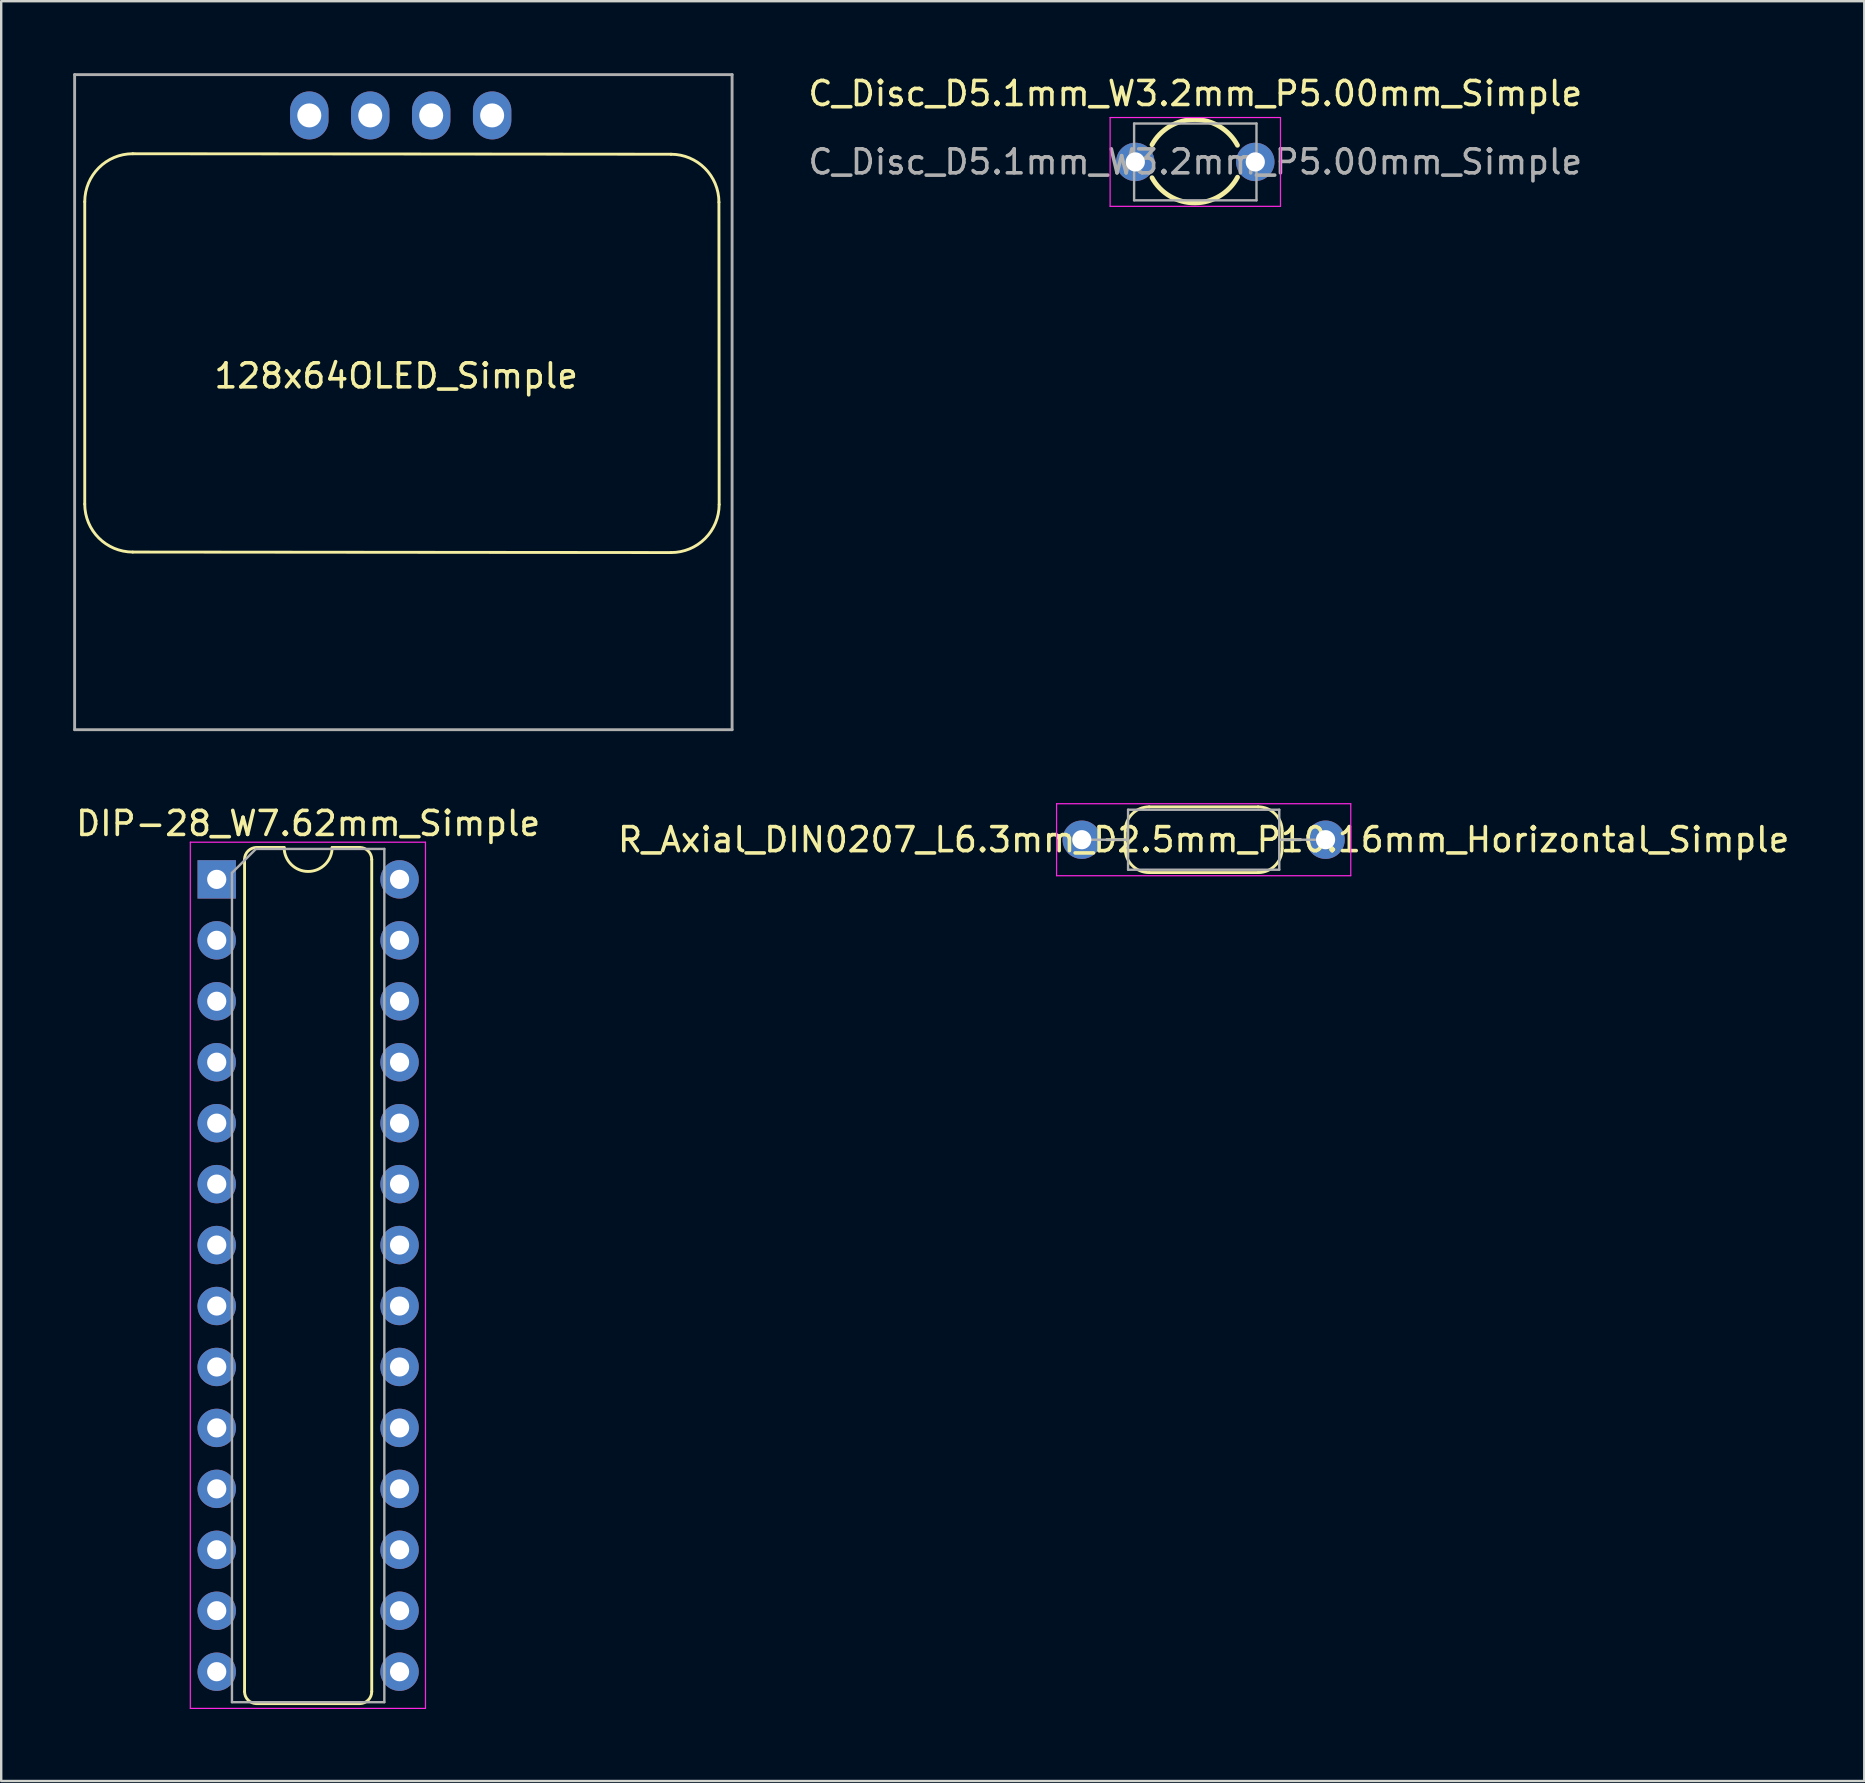
<source format=kicad_pcb>
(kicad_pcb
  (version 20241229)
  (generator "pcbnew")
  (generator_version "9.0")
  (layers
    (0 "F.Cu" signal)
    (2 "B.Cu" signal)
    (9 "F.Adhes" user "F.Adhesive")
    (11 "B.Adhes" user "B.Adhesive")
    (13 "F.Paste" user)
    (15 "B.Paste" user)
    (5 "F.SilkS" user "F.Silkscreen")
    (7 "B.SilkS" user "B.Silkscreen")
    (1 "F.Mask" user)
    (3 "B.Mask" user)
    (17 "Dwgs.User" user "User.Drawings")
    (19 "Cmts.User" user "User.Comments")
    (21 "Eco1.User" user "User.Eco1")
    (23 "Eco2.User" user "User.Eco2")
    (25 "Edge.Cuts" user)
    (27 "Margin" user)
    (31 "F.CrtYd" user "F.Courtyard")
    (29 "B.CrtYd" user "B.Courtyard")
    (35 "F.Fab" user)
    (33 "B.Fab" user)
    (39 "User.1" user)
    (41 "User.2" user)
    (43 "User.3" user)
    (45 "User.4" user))
  (footprint "DIP-28_W7.62mm_Simple"
    (layer "F.Cu")
    (at 5.982 33.598)
    (property "Reference" "DIP-28_W7.62mm_Simple" (at 3.81 -2.33 0) (layer "F.SilkS") (effects (font (size 1 1) (thickness 0.15))))
    (attr through_hole)
    (fp_line (start 1.16 -0.83) (end 1.16 33.85) (stroke (width 0.12) (type solid)) (layer "F.SilkS"))
    (fp_line (start 1.66 34.35) (end 5.96 34.35) (stroke (width 0.12) (type solid)) (layer "F.SilkS"))
    (fp_line (start 2.81 -1.33) (end 1.66 -1.33) (stroke (width 0.12) (type solid)) (layer "F.SilkS"))
    (fp_line (start 5.96 -1.33) (end 4.81 -1.33) (stroke (width 0.12) (type solid)) (layer "F.SilkS"))
    (fp_line (start 6.46 33.85) (end 6.46 -0.83) (stroke (width 0.12) (type solid)) (layer "F.SilkS"))
    (fp_arc (start 1.16 -0.83) (mid 1.306447 -1.183553) (end 1.66 -1.33) (stroke (width 0.12) (type default)) (layer "F.SilkS"))
    (fp_arc (start 1.66 34.35) (mid 1.306447 34.203553) (end 1.16 33.85) (stroke (width 0.12) (type default)) (layer "F.SilkS"))
    (fp_arc (start 4.81 -1.33) (mid 3.81 -0.33) (end 2.81 -1.33) (stroke (width 0.12) (type solid)) (layer "F.SilkS"))
    (fp_arc (start 5.96 -1.33) (mid 6.313553 -1.183553) (end 6.46 -0.83) (stroke (width 0.12) (type default)) (layer "F.SilkS"))
    (fp_arc (start 6.46 33.85) (mid 6.313553 34.203553) (end 5.96 34.35) (stroke (width 0.12) (type default)) (layer "F.SilkS"))
    (fp_line (start -1.1 -1.55) (end -1.1 34.55) (stroke (width 0.05) (type solid)) (layer "F.CrtYd"))
    (fp_line (start -1.1 34.55) (end 8.7 34.55) (stroke (width 0.05) (type solid)) (layer "F.CrtYd"))
    (fp_line (start 8.7 -1.55) (end -1.1 -1.55) (stroke (width 0.05) (type solid)) (layer "F.CrtYd"))
    (fp_line (start 8.7 34.55) (end 8.7 -1.55) (stroke (width 0.05) (type solid)) (layer "F.CrtYd"))
    (fp_line (start 0.635 -0.27) (end 1.635 -1.27) (stroke (width 0.1) (type solid)) (layer "F.Fab"))
    (fp_line (start 0.635 34.29) (end 0.635 -0.27) (stroke (width 0.1) (type solid)) (layer "F.Fab"))
    (fp_line (start 1.635 -1.27) (end 6.985 -1.27) (stroke (width 0.1) (type solid)) (layer "F.Fab"))
    (fp_line (start 6.985 -1.27) (end 6.985 34.29) (stroke (width 0.1) (type solid)) (layer "F.Fab"))
    (fp_line (start 6.985 34.29) (end 0.635 34.29) (stroke (width 0.1) (type solid)) (layer "F.Fab"))
    (pad "1" thru_hole rect (at 0 0) (size 1.6 1.6) (drill 0.8) (layers "*.Cu" "*.Mask"))
    (pad "2" thru_hole oval (at 0 2.54) (size 1.6 1.6) (drill 0.8) (layers "*.Cu" "*.Mask"))
    (pad "3" thru_hole oval (at 0 5.08) (size 1.6 1.6) (drill 0.8) (layers "*.Cu" "*.Mask"))
    (pad "4" thru_hole oval (at 0 7.62) (size 1.6 1.6) (drill 0.8) (layers "*.Cu" "*.Mask"))
    (pad "5" thru_hole oval (at 0 10.16) (size 1.6 1.6) (drill 0.8) (layers "*.Cu" "*.Mask"))
    (pad "6" thru_hole oval (at 0 12.7) (size 1.6 1.6) (drill 0.8) (layers "*.Cu" "*.Mask"))
    (pad "7" thru_hole oval (at 0 15.24) (size 1.6 1.6) (drill 0.8) (layers "*.Cu" "*.Mask"))
    (pad "8" thru_hole oval (at 0 17.78) (size 1.6 1.6) (drill 0.8) (layers "*.Cu" "*.Mask"))
    (pad "9" thru_hole oval (at 0 20.32) (size 1.6 1.6) (drill 0.8) (layers "*.Cu" "*.Mask"))
    (pad "10" thru_hole oval (at 0 22.86) (size 1.6 1.6) (drill 0.8) (layers "*.Cu" "*.Mask"))
    (pad "11" thru_hole oval (at 0 25.4) (size 1.6 1.6) (drill 0.8) (layers "*.Cu" "*.Mask"))
    (pad "12" thru_hole oval (at 0 27.94) (size 1.6 1.6) (drill 0.8) (layers "*.Cu" "*.Mask"))
    (pad "13" thru_hole oval (at 0 30.48) (size 1.6 1.6) (drill 0.8) (layers "*.Cu" "*.Mask"))
    (pad "14" thru_hole oval (at 0 33.02) (size 1.6 1.6) (drill 0.8) (layers "*.Cu" "*.Mask"))
    (pad "15" thru_hole oval (at 7.62 33.02) (size 1.6 1.6) (drill 0.8) (layers "*.Cu" "*.Mask"))
    (pad "16" thru_hole oval (at 7.62 30.48) (size 1.6 1.6) (drill 0.8) (layers "*.Cu" "*.Mask"))
    (pad "17" thru_hole oval (at 7.62 27.94) (size 1.6 1.6) (drill 0.8) (layers "*.Cu" "*.Mask"))
    (pad "18" thru_hole oval (at 7.62 25.4) (size 1.6 1.6) (drill 0.8) (layers "*.Cu" "*.Mask"))
    (pad "19" thru_hole oval (at 7.62 22.86) (size 1.6 1.6) (drill 0.8) (layers "*.Cu" "*.Mask"))
    (pad "20" thru_hole oval (at 7.62 20.32) (size 1.6 1.6) (drill 0.8) (layers "*.Cu" "*.Mask"))
    (pad "21" thru_hole oval (at 7.62 17.78) (size 1.6 1.6) (drill 0.8) (layers "*.Cu" "*.Mask"))
    (pad "22" thru_hole oval (at 7.62 15.24) (size 1.6 1.6) (drill 0.8) (layers "*.Cu" "*.Mask"))
    (pad "23" thru_hole oval (at 7.62 12.7) (size 1.6 1.6) (drill 0.8) (layers "*.Cu" "*.Mask"))
    (pad "24" thru_hole oval (at 7.62 10.16) (size 1.6 1.6) (drill 0.8) (layers "*.Cu" "*.Mask"))
    (pad "25" thru_hole oval (at 7.62 7.62) (size 1.6 1.6) (drill 0.8) (layers "*.Cu" "*.Mask"))
    (pad "26" thru_hole oval (at 7.62 5.08) (size 1.6 1.6) (drill 0.8) (layers "*.Cu" "*.Mask"))
    (pad "27" thru_hole oval (at 7.62 2.54) (size 1.6 1.6) (drill 0.8) (layers "*.Cu" "*.Mask"))
    (pad "28" thru_hole oval (at 7.62 0) (size 1.6 1.6) (drill 0.8) (layers "*.Cu" "*.Mask")))
  (footprint "C_Disc_D5.1mm_W3.2mm_P5.00mm_Simple"
    (layer "F.Cu")
    (at 44.264 3.698)
    (property "Reference" "C_Disc_D5.1mm_W3.2mm_P5.00mm_Simple" (at 2.5 -2.85 180) (layer "F.SilkS") (effects (font (size 1 1) (thickness 0.15))))
    (attr through_hole)
    (fp_arc (start 0.694568 -0.71544) (mid 2.48232 -1.765707) (end 4.257165 -0.693772) (stroke (width 0.2) (type default)) (layer "F.SilkS"))
    (fp_arc (start 4.259611 0.637131) (mid 2.484766 1.709066) (end 0.697014 0.658799) (stroke (width 0.2) (type default)) (layer "F.SilkS"))
    (fp_line (start -1.05 -1.85) (end -1.05 1.85) (stroke (width 0.05) (type solid)) (layer "F.CrtYd"))
    (fp_line (start -1.05 1.85) (end 6.05 1.85) (stroke (width 0.05) (type solid)) (layer "F.CrtYd"))
    (fp_line (start 6.05 -1.85) (end -1.05 -1.85) (stroke (width 0.05) (type solid)) (layer "F.CrtYd"))
    (fp_line (start 6.05 1.85) (end 6.05 -1.85) (stroke (width 0.05) (type solid)) (layer "F.CrtYd"))
    (fp_line (start -0.05 -1.6) (end -0.05 1.6) (stroke (width 0.1) (type solid)) (layer "F.Fab"))
    (fp_line (start -0.05 1.6) (end 5.05 1.6) (stroke (width 0.1) (type solid)) (layer "F.Fab"))
    (fp_line (start 5.05 -1.6) (end -0.05 -1.6) (stroke (width 0.1) (type solid)) (layer "F.Fab"))
    (fp_line (start 5.05 1.6) (end 5.05 -1.6) (stroke (width 0.1) (type solid)) (layer "F.Fab"))
    (fp_text user "${REFERENCE}" (at 2.5 0 180) (layer "F.Fab") (effects (font (size 1 1) (thickness 0.15))))
    (pad "1" thru_hole circle (at 0 0) (size 1.6 1.6) (drill 0.8) (layers "*.Cu" "*.Mask"))
    (pad "2" thru_hole circle (at 5 0) (size 1.6 1.6) (drill 0.8) (layers "*.Cu" "*.Mask")))
  (footprint "R_Axial_DIN0207_L6.3mm_D2.5mm_P10.16mm_Horizontal_Simple"
    (layer "F.Cu")
    (at 42.033 31.945)
    (property "Reference" "R_Axial_DIN0207_L6.3mm_D2.5mm_P10.16mm_Horizontal_Simple" (at 5.08 0 0) (layer "F.SilkS") (effects (font (size 1 1) (thickness 0.15))))
    (attr through_hole)
    (fp_line (start 1.04 0) (end 1.81 0) (stroke (width 0.12) (type solid)) (layer "F.SilkS"))
    (fp_line (start 1.81 -0.37) (end 1.81 0.37) (stroke (width 0.12) (type solid)) (layer "F.SilkS"))
    (fp_line (start 2.81 1.37) (end 7.35 1.37) (stroke (width 0.12) (type solid)) (layer "F.SilkS"))
    (fp_line (start 7.35 -1.37) (end 2.81 -1.37) (stroke (width 0.12) (type solid)) (layer "F.SilkS"))
    (fp_line (start 8.35 0.37) (end 8.35 -0.37) (stroke (width 0.12) (type solid)) (layer "F.SilkS"))
    (fp_line (start 9.12 0) (end 8.35 0) (stroke (width 0.12) (type solid)) (layer "F.SilkS"))
    (fp_arc (start 1.81 -0.37) (mid 2.102893 -1.077107) (end 2.81 -1.37) (stroke (width 0.12) (type default)) (layer "F.SilkS"))
    (fp_arc (start 2.81 1.37) (mid 2.102893 1.077107) (end 1.81 0.37) (stroke (width 0.12) (type default)) (layer "F.SilkS"))
    (fp_arc (start 7.35 -1.37) (mid 8.057107 -1.077107) (end 8.35 -0.37) (stroke (width 0.12) (type default)) (layer "F.SilkS"))
    (fp_arc (start 8.35 0.37) (mid 8.057107 1.077107) (end 7.35 1.37) (stroke (width 0.12) (type default)) (layer "F.SilkS"))
    (fp_line (start -1.05 -1.5) (end -1.05 1.5) (stroke (width 0.05) (type solid)) (layer "F.CrtYd"))
    (fp_line (start -1.05 1.5) (end 11.21 1.5) (stroke (width 0.05) (type solid)) (layer "F.CrtYd"))
    (fp_line (start 11.21 -1.5) (end -1.05 -1.5) (stroke (width 0.05) (type solid)) (layer "F.CrtYd"))
    (fp_line (start 11.21 1.5) (end 11.21 -1.5) (stroke (width 0.05) (type solid)) (layer "F.CrtYd"))
    (fp_line (start 0 0) (end 1.93 0) (stroke (width 0.1) (type solid)) (layer "F.Fab"))
    (fp_line (start 1.93 -1.25) (end 1.93 1.25) (stroke (width 0.1) (type solid)) (layer "F.Fab"))
    (fp_line (start 1.93 1.25) (end 8.23 1.25) (stroke (width 0.1) (type solid)) (layer "F.Fab"))
    (fp_line (start 8.23 -1.25) (end 1.93 -1.25) (stroke (width 0.1) (type solid)) (layer "F.Fab"))
    (fp_line (start 8.23 1.25) (end 8.23 -1.25) (stroke (width 0.1) (type solid)) (layer "F.Fab"))
    (fp_line (start 10.16 0) (end 8.23 0) (stroke (width 0.1) (type solid)) (layer "F.Fab"))
    (pad "1" thru_hole circle (at 0 0) (size 1.6 1.6) (drill 0.8) (layers "*.Cu" "*.Mask"))
    (pad "2" thru_hole oval (at 10.16 0) (size 1.6 1.6) (drill 0.8) (layers "*.Cu" "*.Mask")))
  (footprint "128x64OLED_Simple"
    (layer "F.Cu")
    (at 13.46 12.36)
    (property "Reference" "128x64OLED_Simple" (at 0 0.254 0) (layer "F.SilkS") (effects (font (size 1 1) (thickness 0.15))))
    (attr through_hole)
    (fp_line (start -12.978 5.597) (end -12.978 -7.003) (stroke (width 0.12) (type solid)) (layer "F.SilkS"))
    (fp_line (start -10.976 -9.003) (end 11.453 -8.982) (stroke (width 0.12) (type solid)) (layer "F.SilkS"))
    (fp_line (start 11.459 7.618) (end -10.98 7.597) (stroke (width 0.12) (type solid)) (layer "F.SilkS"))
    (fp_line (start 13.461 5.617) (end 13.451 -6.983) (stroke (width 0.12) (type solid)) (layer "F.SilkS"))
    (fp_arc (start -12.978 -7.003107) (mid -12.391544 -8.417989) (end -10.976108 -9.003106) (stroke (width 0.12) (type default)) (layer "F.SilkS"))
    (fp_arc (start -10.979891 7.596889) (mid -12.392883 7.010435) (end -12.978 5.59689) (stroke (width 0.12) (type default)) (layer "F.SilkS"))
    (fp_arc (start 11.453336 -8.981889) (mid 12.865813 -8.395944) (end 13.451443 -6.983336) (stroke (width 0.12) (type default)) (layer "F.SilkS"))
    (fp_arc (start 13.460552 5.616661) (mid 12.87461 7.032481) (end 11.458661 7.618106) (stroke (width 0.12) (type default)) (layer "F.SilkS"))
    (fp_line (start -13.4 -12.3) (end 14 -12.3) (stroke (width 0.12) (type solid)) (layer "F.Fab"))
    (fp_line (start -13.4 15) (end -13.4 -12.3) (stroke (width 0.12) (type solid)) (layer "F.Fab"))
    (fp_line (start 14 -12.3) (end 14 15) (stroke (width 0.12) (type solid)) (layer "F.Fab"))
    (fp_line (start 14 15) (end -13.4 15) (stroke (width 0.12) (type solid)) (layer "F.Fab"))
    (pad "1" thru_hole oval (at -3.62 -10.6 90) (size 2 1.6) (drill 1) (layers "*.Cu" "*.Mask"))
    (pad "2" thru_hole oval (at -1.08 -10.6 90) (size 2 1.6) (drill 1) (layers "*.Cu" "*.Mask"))
    (pad "3" thru_hole oval (at 1.46 -10.6 90) (size 2 1.6) (drill 1) (layers "*.Cu" "*.Mask"))
    (pad "4" thru_hole oval (at 4 -10.6 90) (size 2 1.6) (drill 1) (layers "*.Cu" "*.Mask")))
  (gr_rect
    (start -3 -3)
    (end 74.643 71.173)
    (stroke (width 0.1) (type default))
    (fill no)
    (layer "Edge.Cuts")))
</source>
